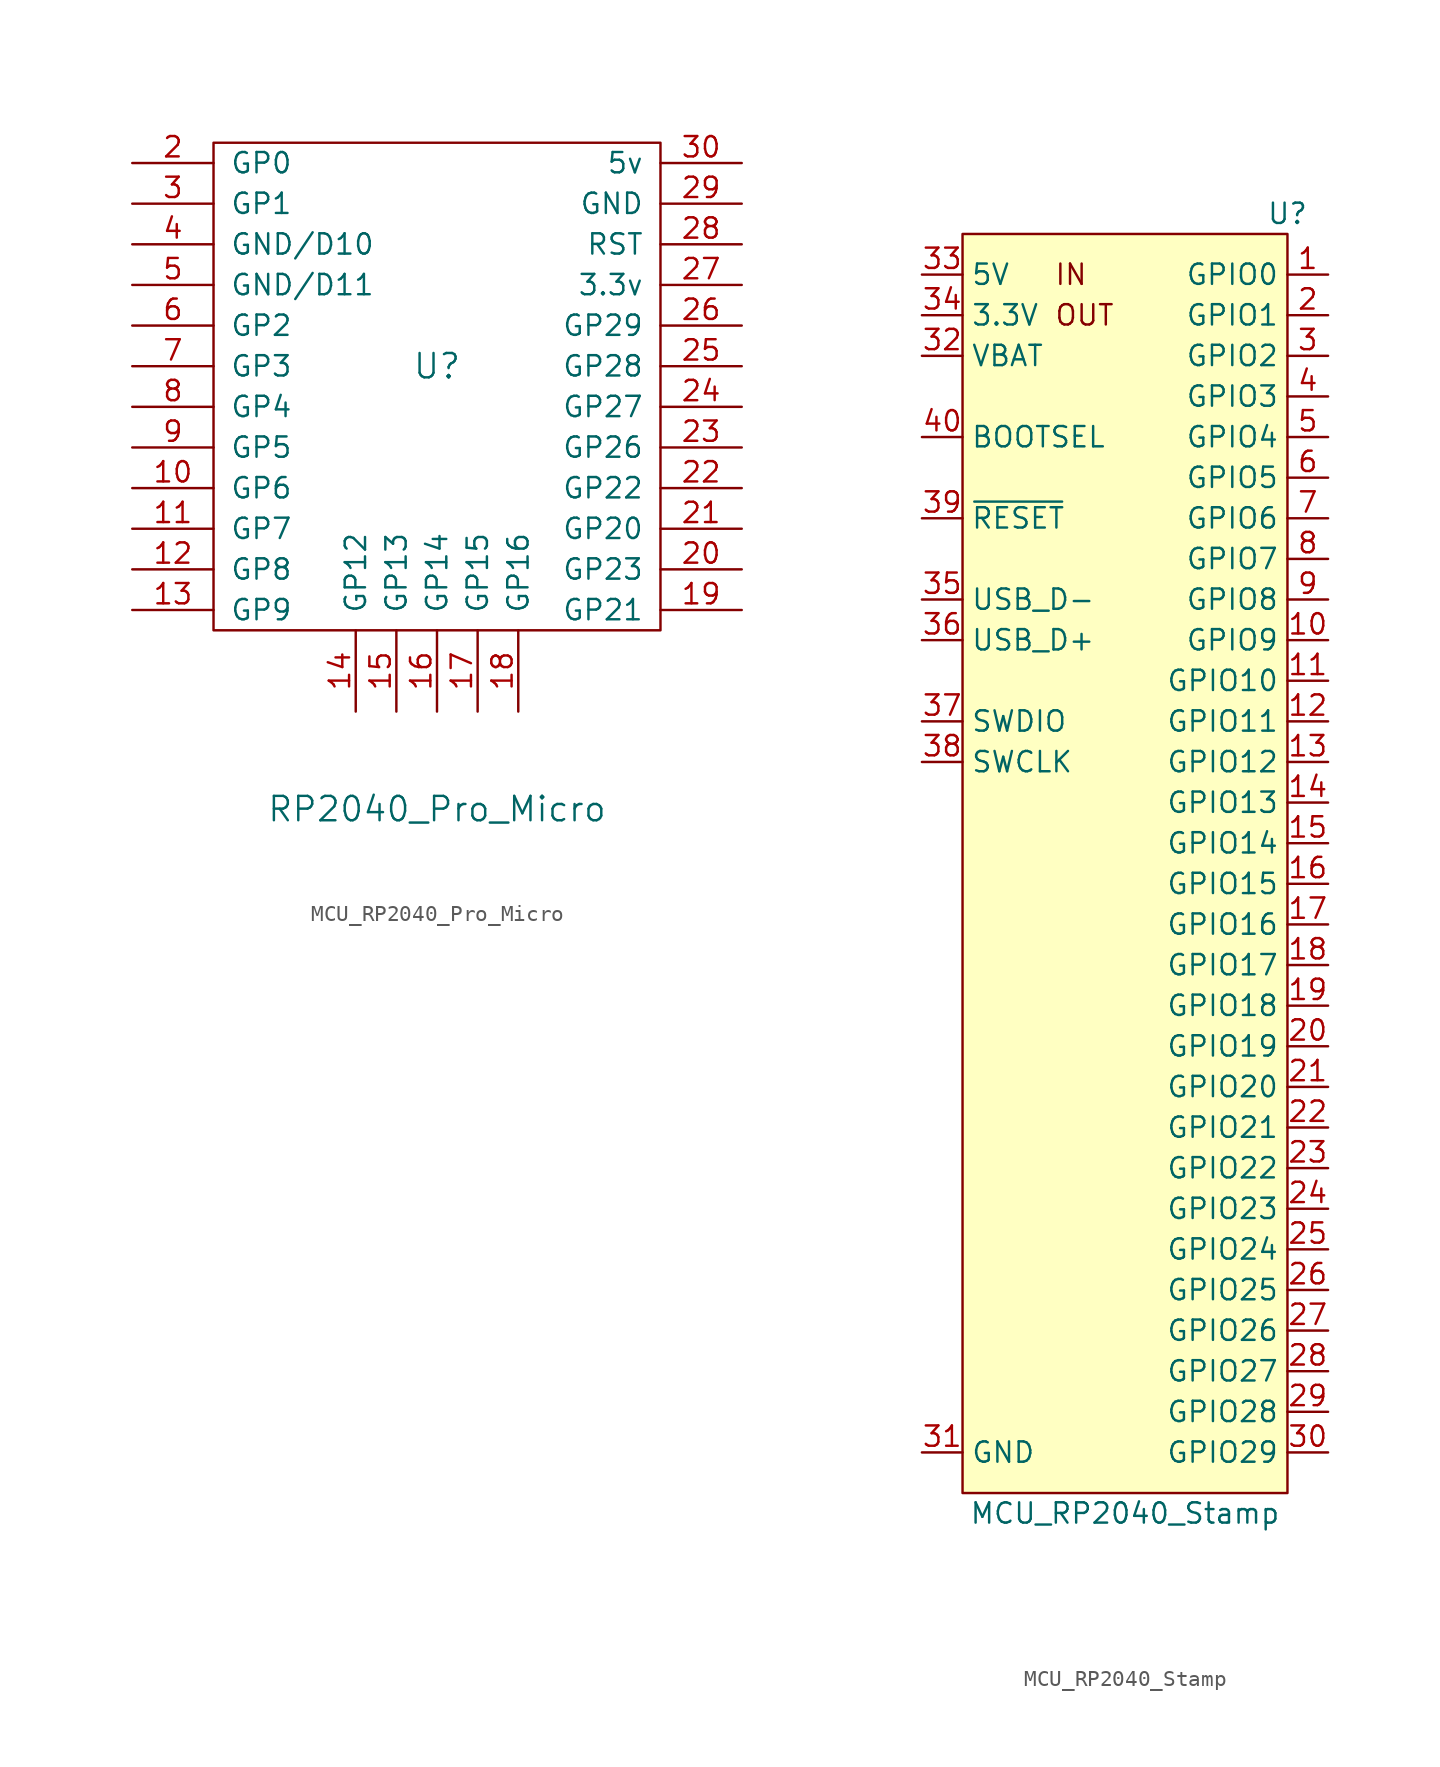
<source format=kicad_sym>
(kicad_symbol_lib
  (version 20241209)
  (generator "kicad_symbol_editor")
  (generator_version "9.0")
  (symbol "MCU_RP2040_Pro_Micro"
    (pin_names
      (offset 1.016))
    (property "Reference" "U"
      (at 0 0 0)
      (effects (font (size 1.524 1.524))))
    (property "Value" "RP2040_Pro_Micro"
      (at 0 -27.686 0)
      (effects (font (size 1.524 1.524))))
    (symbol "MCU_RP2040_Pro_Micro_0_1"
      (rectangle (start -13.97 13.97) (end 13.97 -16.51) (stroke (width 0) (type solid)) (fill (type none))))
    (symbol "MCU_RP2040_Pro_Micro_1_1"
      (pin input line (at -19.05 12.7 0) (length 5.08) (name "GP0" (effects (font (size 1.27 1.27)))) (number "2" (effects (font (size 1.27 1.27)))))
      (pin input line (at -19.05 10.16 0) (length 5.08) (name "GP1" (effects (font (size 1.27 1.27)))) (number "3" (effects (font (size 1.27 1.27)))))
      (pin input line (at -19.05 7.62 0) (length 5.08) (name "GND/D10" (effects (font (size 1.27 1.27)))) (number "4" (effects (font (size 1.27 1.27)))))
      (pin input line (at -19.05 5.08 0) (length 5.08) (name "GND/D11" (effects (font (size 1.27 1.27)))) (number "5" (effects (font (size 1.27 1.27)))))
      (pin input line (at -19.05 2.54 0) (length 5.08) (name "GP2" (effects (font (size 1.27 1.27)))) (number "6" (effects (font (size 1.27 1.27)))))
      (pin input line (at -19.05 0 0) (length 5.08) (name "GP3" (effects (font (size 1.27 1.27)))) (number "7" (effects (font (size 1.27 1.27)))))
      (pin input line (at -19.05 -2.54 0) (length 5.08) (name "GP4" (effects (font (size 1.27 1.27)))) (number "8" (effects (font (size 1.27 1.27)))))
      (pin input line (at -19.05 -5.08 0) (length 5.08) (name "GP5" (effects (font (size 1.27 1.27)))) (number "9" (effects (font (size 1.27 1.27)))))
      (pin input line (at -19.05 -7.62 0) (length 5.08) (name "GP6" (effects (font (size 1.27 1.27)))) (number "10" (effects (font (size 1.27 1.27)))))
      (pin input line (at -19.05 -10.16 0) (length 5.08) (name "GP7" (effects (font (size 1.27 1.27)))) (number "11" (effects (font (size 1.27 1.27)))))
      (pin input line (at -19.05 -12.7 0) (length 5.08) (name "GP8" (effects (font (size 1.27 1.27)))) (number "12" (effects (font (size 1.27 1.27)))))
      (pin input line (at -19.05 -15.24 0) (length 5.08) (name "GP9" (effects (font (size 1.27 1.27)))) (number "13" (effects (font (size 1.27 1.27)))))
      (pin input line (at -5.08 -21.59 90) (length 5.08) (name "GP12" (effects (font (size 1.27 1.27)))) (number "14" (effects (font (size 1.27 1.27)))))
      (pin input line (at -2.54 -21.59 90) (length 5.08) (name "GP13" (effects (font (size 1.27 1.27)))) (number "15" (effects (font (size 1.27 1.27)))))
      (pin input line (at 0 -21.59 90) (length 5.08) (name "GP14" (effects (font (size 1.27 1.27)))) (number "16" (effects (font (size 1.27 1.27)))))
      (pin input line (at 2.54 -21.59 90) (length 5.08) (name "GP15" (effects (font (size 1.27 1.27)))) (number "17" (effects (font (size 1.27 1.27)))))
      (pin input line (at 5.08 -21.59 90) (length 5.08) (name "GP16" (effects (font (size 1.27 1.27)))) (number "18" (effects (font (size 1.27 1.27)))))
      (pin input line (at 19.05 12.7 180) (length 5.08) (name "5v" (effects (font (size 1.27 1.27)))) (number "30" (effects (font (size 1.27 1.27)))))
      (pin input line (at 19.05 10.16 180) (length 5.08) (name "GND" (effects (font (size 1.27 1.27)))) (number "29" (effects (font (size 1.27 1.27)))))
      (pin input line (at 19.05 7.62 180) (length 5.08) (name "RST" (effects (font (size 1.27 1.27)))) (number "28" (effects (font (size 1.27 1.27)))))
      (pin input line (at 19.05 5.08 180) (length 5.08) (name "3.3v" (effects (font (size 1.27 1.27)))) (number "27" (effects (font (size 1.27 1.27)))))
      (pin input line (at 19.05 2.54 180) (length 5.08) (name "GP29" (effects (font (size 1.27 1.27)))) (number "26" (effects (font (size 1.27 1.27)))))
      (pin input line (at 19.05 0 180) (length 5.08) (name "GP28" (effects (font (size 1.27 1.27)))) (number "25" (effects (font (size 1.27 1.27)))))
      (pin input line (at 19.05 -2.54 180) (length 5.08) (name "GP27" (effects (font (size 1.27 1.27)))) (number "24" (effects (font (size 1.27 1.27)))))
      (pin input line (at 19.05 -5.08 180) (length 5.08) (name "GP26" (effects (font (size 1.27 1.27)))) (number "23" (effects (font (size 1.27 1.27)))))
      (pin input line (at 19.05 -7.62 180) (length 5.08) (name "GP22" (effects (font (size 1.27 1.27)))) (number "22" (effects (font (size 1.27 1.27)))))
      (pin input line (at 19.05 -10.16 180) (length 5.08) (name "GP20" (effects (font (size 1.27 1.27)))) (number "21" (effects (font (size 1.27 1.27)))))
      (pin input line (at 19.05 -12.7 180) (length 5.08) (name "GP23" (effects (font (size 1.27 1.27)))) (number "20" (effects (font (size 1.27 1.27)))))
      (pin input line (at 19.05 -15.24 180) (length 5.08) (name "GP21" (effects (font (size 1.27 1.27)))) (number "19" (effects (font (size 1.27 1.27)))))))
  (symbol "MCU_RP2040_Stamp"
    (property "Reference" "U"
      (at 10.16 43.18 0)
      (effects (font (size 1.27 1.27))))
    (property "Value" "MCU_RP2040_Stamp"
      (at 0 -38.1 0)
      (effects (font (size 1.27 1.27))))
    (symbol "MCU_RP2040_Stamp_0_0"
      (text "IN" (at -4.445 39.37 0) (effects (font (size 1.27 1.27)) (justify left)))
      (text "OUT" (at -4.445 36.83 0) (effects (font (size 1.27 1.27)) (justify left)))
      (pin power_in line (at -12.7 39.37 0) (length 2.54) (name "5V" (effects (font (size 1.27 1.27)))) (number "33" (effects (font (size 1.27 1.27)))))
      (pin power_out line (at -12.7 36.83 0) (length 2.54) (name "3.3V" (effects (font (size 1.27 1.27)))) (number "34" (effects (font (size 1.27 1.27)))))
      (pin power_in line (at -12.7 34.29 0) (length 2.54) (name "VBAT" (effects (font (size 1.27 1.27)))) (number "32" (effects (font (size 1.27 1.27)))))
      (pin input line (at -12.7 29.21 0) (length 2.54) (name "BOOTSEL" (effects (font (size 1.27 1.27)))) (number "40" (effects (font (size 1.27 1.27)))))
      (pin bidirectional line (at -12.7 24.13 0) (length 2.54) (name "~{RESET}" (effects (font (size 1.27 1.27)))) (number "39" (effects (font (size 1.27 1.27)))))
      (pin bidirectional line (at -12.7 19.05 0) (length 2.54) (name "USB_D-" (effects (font (size 1.27 1.27)))) (number "35" (effects (font (size 1.27 1.27)))))
      (pin bidirectional line (at -12.7 16.51 0) (length 2.54) (name "USB_D+" (effects (font (size 1.27 1.27)))) (number "36" (effects (font (size 1.27 1.27)))))
      (pin bidirectional line (at -12.7 11.43 0) (length 2.54) (name "SWDIO" (effects (font (size 1.27 1.27)))) (number "37" (effects (font (size 1.27 1.27)))))
      (pin input line (at -12.7 8.89 0) (length 2.54) (name "SWCLK" (effects (font (size 1.27 1.27)))) (number "38" (effects (font (size 1.27 1.27)))))
      (pin power_in line (at -12.7 -34.29 0) (length 2.54) (name "GND" (effects (font (size 1.27 1.27)))) (number "31" (effects (font (size 1.27 1.27)))))
      (pin bidirectional line (at 12.7 39.37 180) (length 2.54) (name "GPIO0" (effects (font (size 1.27 1.27)))) (number "1" (effects (font (size 1.27 1.27)))))
      (pin bidirectional line (at 12.7 36.83 180) (length 2.54) (name "GPIO1" (effects (font (size 1.27 1.27)))) (number "2" (effects (font (size 1.27 1.27)))))
      (pin bidirectional line (at 12.7 34.29 180) (length 2.54) (name "GPIO2" (effects (font (size 1.27 1.27)))) (number "3" (effects (font (size 1.27 1.27)))))
      (pin bidirectional line (at 12.7 31.75 180) (length 2.54) (name "GPIO3" (effects (font (size 1.27 1.27)))) (number "4" (effects (font (size 1.27 1.27)))))
      (pin bidirectional line (at 12.7 29.21 180) (length 2.54) (name "GPIO4" (effects (font (size 1.27 1.27)))) (number "5" (effects (font (size 1.27 1.27)))))
      (pin bidirectional line (at 12.7 26.67 180) (length 2.54) (name "GPIO5" (effects (font (size 1.27 1.27)))) (number "6" (effects (font (size 1.27 1.27)))))
      (pin bidirectional line (at 12.7 24.13 180) (length 2.54) (name "GPIO6" (effects (font (size 1.27 1.27)))) (number "7" (effects (font (size 1.27 1.27)))))
      (pin bidirectional line (at 12.7 21.59 180) (length 2.54) (name "GPIO7" (effects (font (size 1.27 1.27)))) (number "8" (effects (font (size 1.27 1.27)))))
      (pin bidirectional line (at 12.7 19.05 180) (length 2.54) (name "GPIO8" (effects (font (size 1.27 1.27)))) (number "9" (effects (font (size 1.27 1.27)))))
      (pin bidirectional line (at 12.7 16.51 180) (length 2.54) (name "GPIO9" (effects (font (size 1.27 1.27)))) (number "10" (effects (font (size 1.27 1.27)))))
      (pin bidirectional line (at 12.7 13.97 180) (length 2.54) (name "GPIO10" (effects (font (size 1.27 1.27)))) (number "11" (effects (font (size 1.27 1.27)))))
      (pin bidirectional line (at 12.7 11.43 180) (length 2.54) (name "GPIO11" (effects (font (size 1.27 1.27)))) (number "12" (effects (font (size 1.27 1.27)))))
      (pin bidirectional line (at 12.7 8.89 180) (length 2.54) (name "GPIO12" (effects (font (size 1.27 1.27)))) (number "13" (effects (font (size 1.27 1.27)))))
      (pin bidirectional line (at 12.7 6.35 180) (length 2.54) (name "GPIO13" (effects (font (size 1.27 1.27)))) (number "14" (effects (font (size 1.27 1.27)))))
      (pin bidirectional line (at 12.7 3.81 180) (length 2.54) (name "GPIO14" (effects (font (size 1.27 1.27)))) (number "15" (effects (font (size 1.27 1.27)))))
      (pin bidirectional line (at 12.7 1.27 180) (length 2.54) (name "GPIO15" (effects (font (size 1.27 1.27)))) (number "16" (effects (font (size 1.27 1.27)))))
      (pin bidirectional line (at 12.7 -1.27 180) (length 2.54) (name "GPIO16" (effects (font (size 1.27 1.27)))) (number "17" (effects (font (size 1.27 1.27)))))
      (pin bidirectional line (at 12.7 -3.81 180) (length 2.54) (name "GPIO17" (effects (font (size 1.27 1.27)))) (number "18" (effects (font (size 1.27 1.27)))))
      (pin bidirectional line (at 12.7 -6.35 180) (length 2.54) (name "GPIO18" (effects (font (size 1.27 1.27)))) (number "19" (effects (font (size 1.27 1.27)))))
      (pin bidirectional line (at 12.7 -8.89 180) (length 2.54) (name "GPIO19" (effects (font (size 1.27 1.27)))) (number "20" (effects (font (size 1.27 1.27)))))
      (pin bidirectional line (at 12.7 -11.43 180) (length 2.54) (name "GPIO20" (effects (font (size 1.27 1.27)))) (number "21" (effects (font (size 1.27 1.27)))))
      (pin bidirectional line (at 12.7 -13.97 180) (length 2.54) (name "GPIO21" (effects (font (size 1.27 1.27)))) (number "22" (effects (font (size 1.27 1.27)))) (alternate "NEOPIXEL" output line))
      (pin bidirectional line (at 12.7 -16.51 180) (length 2.54) (name "GPIO22" (effects (font (size 1.27 1.27)))) (number "23" (effects (font (size 1.27 1.27)))))
      (pin bidirectional line (at 12.7 -19.05 180) (length 2.54) (name "GPIO23" (effects (font (size 1.27 1.27)))) (number "24" (effects (font (size 1.27 1.27)))))
      (pin bidirectional line (at 12.7 -21.59 180) (length 2.54) (name "GPIO24" (effects (font (size 1.27 1.27)))) (number "25" (effects (font (size 1.27 1.27)))))
      (pin bidirectional line (at 12.7 -24.13 180) (length 2.54) (name "GPIO25" (effects (font (size 1.27 1.27)))) (number "26" (effects (font (size 1.27 1.27)))))
      (pin bidirectional line (at 12.7 -26.67 180) (length 2.54) (name "GPIO26" (effects (font (size 1.27 1.27)))) (number "27" (effects (font (size 1.27 1.27)))) (alternate "A0" input line))
      (pin bidirectional line (at 12.7 -29.21 180) (length 2.54) (name "GPIO27" (effects (font (size 1.27 1.27)))) (number "28" (effects (font (size 1.27 1.27)))) (alternate "A1" input line))
      (pin bidirectional line (at 12.7 -31.75 180) (length 2.54) (name "GPIO28" (effects (font (size 1.27 1.27)))) (number "29" (effects (font (size 1.27 1.27)))) (alternate "A2" input line))
      (pin bidirectional line (at 12.7 -34.29 180) (length 2.54) (name "GPIO29" (effects (font (size 1.27 1.27)))) (number "30" (effects (font (size 1.27 1.27)))) (alternate "A3" input line)))
    (symbol "MCU_RP2040_Stamp_0_1"
      (rectangle (start -10.16 41.91) (end 10.16 -36.83) (stroke (width 0.152) (type default)) (fill (type background))))))
</source>
